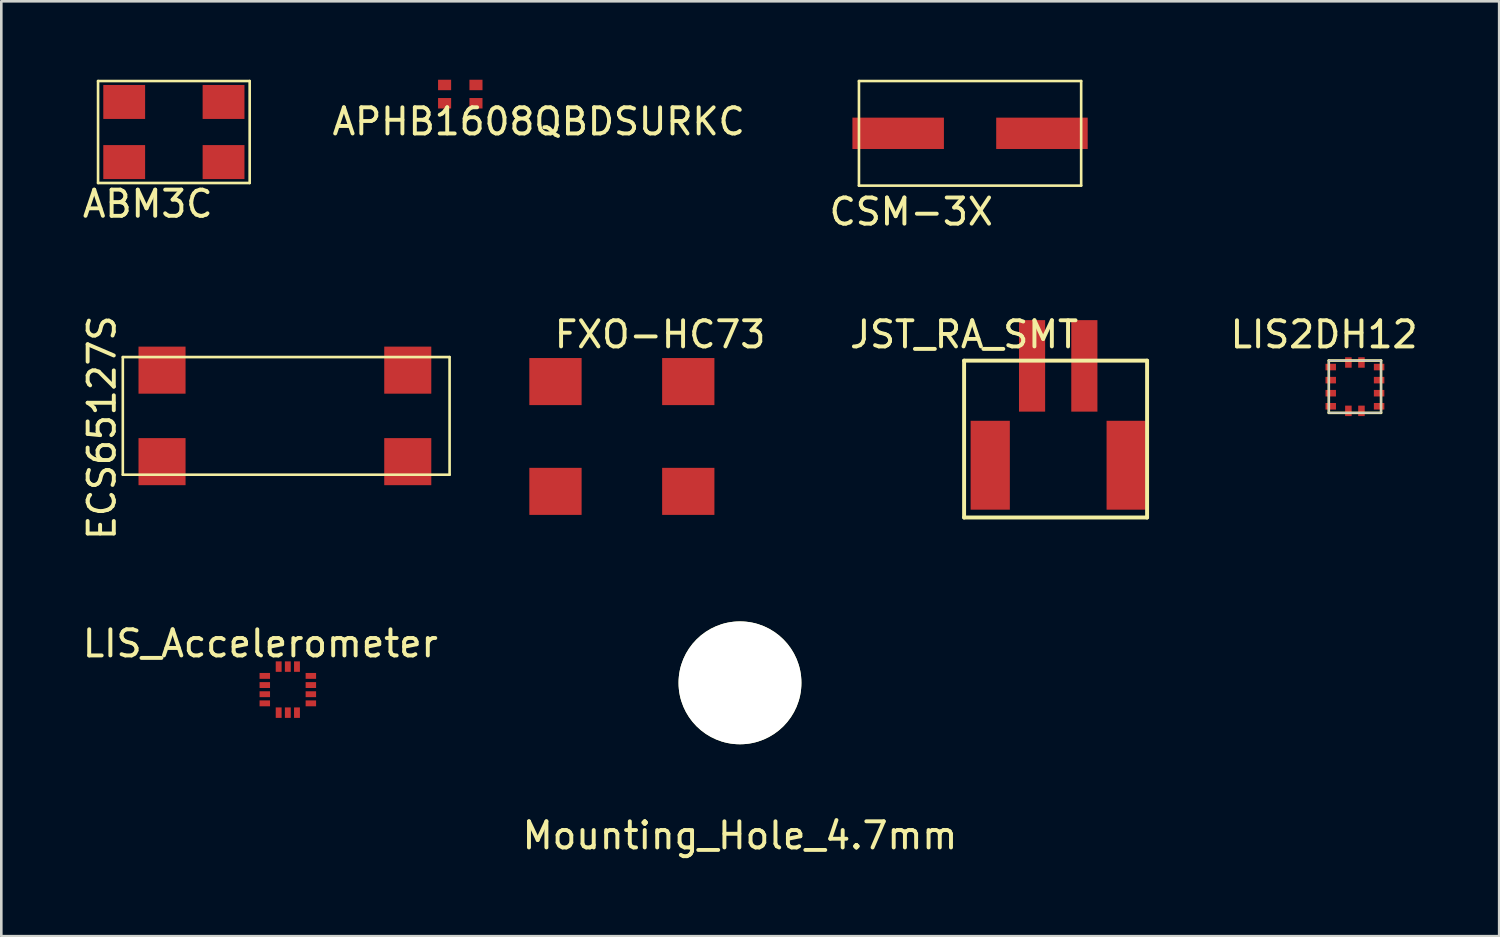
<source format=kicad_pcb>
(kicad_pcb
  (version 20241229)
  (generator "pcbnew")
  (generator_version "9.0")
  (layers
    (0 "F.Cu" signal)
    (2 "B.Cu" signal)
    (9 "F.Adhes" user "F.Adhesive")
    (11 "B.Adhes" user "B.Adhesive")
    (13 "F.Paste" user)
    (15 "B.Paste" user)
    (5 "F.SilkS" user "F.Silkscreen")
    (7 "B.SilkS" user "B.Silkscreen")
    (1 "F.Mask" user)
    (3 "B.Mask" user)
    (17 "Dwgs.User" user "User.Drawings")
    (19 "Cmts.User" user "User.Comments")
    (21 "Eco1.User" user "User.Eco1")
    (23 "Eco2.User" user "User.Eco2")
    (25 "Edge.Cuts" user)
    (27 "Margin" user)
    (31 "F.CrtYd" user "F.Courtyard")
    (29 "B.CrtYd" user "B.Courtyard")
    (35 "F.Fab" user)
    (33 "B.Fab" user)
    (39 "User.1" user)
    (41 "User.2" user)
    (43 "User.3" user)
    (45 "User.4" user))
  (footprint "Mounting_Hole_4.7mm"
    (layer "F.Cu")
    (at 25.256 23.07)
    (property "Reference" "Mounting_Hole_4.7mm" (at 0 5.842 0) (layer "F.SilkS") (effects (font (size 1 1) (thickness 0.15))))
    (attr through_hole)
    (pad "" np_thru_hole circle (at 0 0) (size 4.7 4.7) (drill 4.7) (layers "*.Cu" "*.Mask" "F.SilkS")))
  (footprint "FXO-HC73"
    (layer "F.Cu")
    (at 18.198 15.746)
    (property "Reference" "FXO-HC73" (at 4 -6 0) (layer "F.SilkS") (effects (font (size 1 1) (thickness 0.15))))
    (attr through_hole)
    (pad "1" smd rect (at 0 0) (size 2 1.8) (layers "F.Cu" "F.Mask" "F.Paste"))
    (pad "2" smd rect (at 5.08 0) (size 2 1.8) (layers "F.Cu" "F.Mask" "F.Paste"))
    (pad "3" smd rect (at 5.08 -4.2) (size 2 1.8) (layers "F.Cu" "F.Mask" "F.Paste"))
    (pad "4" smd rect (at 0 -4.2) (size 2 1.8) (layers "F.Cu" "F.Mask" "F.Paste")))
  (footprint "CSM-3X"
    (layer "F.Cu")
    (at 31.307 2.05)
    (property "Reference" "CSM-3X" (at 0.5 3 180) (layer "F.SilkS") (effects (font (size 1 1) (thickness 0.15))))
    (attr through_hole)
    (fp_line (start -1.5 -2) (end 7 -2) (stroke (width 0.1) (type solid)) (layer "F.SilkS"))
    (fp_line (start -1.5 2) (end -1.5 -2) (stroke (width 0.1) (type solid)) (layer "F.SilkS"))
    (fp_line (start 7 -2) (end 7 2) (stroke (width 0.1) (type solid)) (layer "F.SilkS"))
    (fp_line (start 7 2) (end -1.5 2) (stroke (width 0.1) (type solid)) (layer "F.SilkS"))
    (pad "1" smd rect (at 0 0) (size 3.5 1.2) (layers "F.Cu" "F.Mask" "F.Paste"))
    (pad "2" smd rect (at 5.5 0) (size 3.5 1.2) (layers "F.Cu" "F.Mask" "F.Paste")))
  (footprint "ECS65127S"
    (layer "F.Cu")
    (at 1.648 15.109)
    (property "Reference" "ECS65127S" (at -0.8 -1.8 90) (layer "F.SilkS") (effects (font (size 1 1) (thickness 0.15))))
    (attr through_hole)
    (fp_line (start 0 -4.5) (end 12.5 -4.5) (stroke (width 0.1) (type solid)) (layer "F.SilkS"))
    (fp_line (start 0 0) (end 0 -4.5) (stroke (width 0.1) (type solid)) (layer "F.SilkS"))
    (fp_line (start 12.5 -4.5) (end 12.5 0) (stroke (width 0.1) (type solid)) (layer "F.SilkS"))
    (fp_line (start 12.5 0) (end 0 0) (stroke (width 0.1) (type solid)) (layer "F.SilkS"))
    (pad "1" smd rect (at 1.5 -0.5) (size 1.8 1.8) (layers "F.Cu" "F.Mask" "F.Paste"))
    (pad "2" smd rect (at 1.5 -4) (size 1.8 1.8) (layers "F.Cu" "F.Mask" "F.Paste"))
    (pad "3" smd rect (at 10.9 -4) (size 1.8 1.8) (layers "F.Cu" "F.Mask" "F.Paste"))
    (pad "4" smd rect (at 10.9 -0.5) (size 1.8 1.8) (layers "F.Cu" "F.Mask" "F.Paste")))
  (footprint "LIS_Accelerometer"
    (layer "F.Cu")
    (at 7.079 22.805)
    (property "Reference" "LIS_Accelerometer" (at -0.169 -1.238 0) (layer "F.SilkS") (effects (font (size 1 1) (thickness 0.15))))
    (attr through_hole)
    (pad "1" smd rect (at 0 0) (size 0.4 0.225) (layers "F.Cu" "F.Mask" "F.Paste"))
    (pad "2" smd rect (at 0 0.35) (size 0.4 0.225) (layers "F.Cu" "F.Mask" "F.Paste"))
    (pad "3" smd rect (at 0 0.7) (size 0.4 0.225) (layers "F.Cu" "F.Mask" "F.Paste"))
    (pad "4" smd rect (at 0 1.05) (size 0.4 0.225) (layers "F.Cu" "F.Mask" "F.Paste"))
    (pad "5" smd rect (at 0.531 1.406) (size 0.225 0.4) (layers "F.Cu" "F.Mask" "F.Paste"))
    (pad "6" smd rect (at 0.881 1.406) (size 0.225 0.4) (layers "F.Cu" "F.Mask" "F.Paste"))
    (pad "7" smd rect (at 1.231 1.406) (size 0.225 0.4) (layers "F.Cu" "F.Mask" "F.Paste"))
    (pad "8" smd rect (at 1.762 1.05) (size 0.4 0.225) (layers "F.Cu" "F.Mask" "F.Paste"))
    (pad "9" smd rect (at 1.762 0.7) (size 0.4 0.225) (layers "F.Cu" "F.Mask" "F.Paste"))
    (pad "10" smd rect (at 1.762 0.35) (size 0.4 0.225) (layers "F.Cu" "F.Mask" "F.Paste"))
    (pad "11" smd rect (at 1.762 0) (size 0.4 0.225) (layers "F.Cu" "F.Mask" "F.Paste"))
    (pad "12" smd rect (at 1.231 -0.356) (size 0.225 0.4) (layers "F.Cu" "F.Mask" "F.Paste"))
    (pad "13" smd rect (at 0.881 -0.356) (size 0.225 0.4) (layers "F.Cu" "F.Mask" "F.Paste"))
    (pad "14" smd rect (at 0.531 -0.356) (size 0.225 0.4) (layers "F.Cu" "F.Mask" "F.Paste")))
  (footprint "JST_RA_SMT"
    (layer "F.Cu")
    (at 34.829 14.746)
    (property "Reference" "JST_RA_SMT" (at -1 -5 180) (layer "F.SilkS") (effects (font (size 1 1) (thickness 0.15))))
    (attr through_hole)
    (fp_line (start -1 -4) (end 6 -4) (stroke (width 0.15) (type solid)) (layer "F.SilkS"))
    (fp_line (start -1 2) (end -1 -4) (stroke (width 0.15) (type solid)) (layer "F.SilkS"))
    (fp_line (start 6 -4) (end 6 2) (stroke (width 0.15) (type solid)) (layer "F.SilkS"))
    (fp_line (start 6 2) (end -1 2) (stroke (width 0.15) (type solid)) (layer "F.SilkS"))
    (pad "1" smd rect (at 1.6 -3.8) (size 1 3.5) (layers "F.Cu" "F.Mask" "F.Paste"))
    (pad "2" smd rect (at 3.6 -3.8) (size 1 3.5) (layers "F.Cu" "F.Mask" "F.Paste"))
    (pad "3" smd rect (at 0 0) (size 1.5 3.4) (layers "F.Cu" "F.Mask" "F.Paste"))
    (pad "4" smd rect (at 5.2 0) (size 1.5 3.4) (layers "F.Cu" "F.Mask" "F.Paste")))
  (footprint "APHB1608QBDSURKC"
    (layer "F.Cu")
    (at 15.157 0.9)
    (property "Reference" "APHB1608QBDSURKC" (at 2.4 0.7 0) (layer "F.SilkS") (effects (font (size 1 1) (thickness 0.15))))
    (attr through_hole)
    (pad "1" smd rect (at 0 0) (size 0.5 0.4) (layers "F.Cu" "F.Mask" "F.Paste"))
    (pad "2" smd rect (at -1.2 0) (size 0.5 0.4) (layers "F.Cu" "F.Mask" "F.Paste"))
    (pad "3" smd rect (at 0 -0.7) (size 0.5 0.4) (layers "F.Cu" "F.Mask" "F.Paste"))
    (pad "4" smd rect (at -1.2 -0.7) (size 0.5 0.4) (layers "F.Cu" "F.Mask" "F.Paste")))
  (footprint "LIS2DH12"
    (layer "F.Cu")
    (at 47.829 10.991)
    (property "Reference" "LIS2DH12" (at -0.229 -1.245 0) (layer "F.SilkS") (effects (font (size 1 1) (thickness 0.15))))
    (attr through_hole)
    (fp_line (start -0.05 -0.25) (end 1.95 -0.25) (stroke (width 0.1) (type solid)) (layer "F.SilkS"))
    (fp_line (start -0.05 1.75) (end -0.05 -0.25) (stroke (width 0.1) (type solid)) (layer "F.SilkS"))
    (fp_line (start 1.95 -0.25) (end 1.95 1.75) (stroke (width 0.1) (type solid)) (layer "F.SilkS"))
    (fp_line (start 1.95 1.75) (end -0.05 1.75) (stroke (width 0.1) (type solid)) (layer "F.SilkS"))
    (fp_line (start -0.05 -0.25) (end 1.95 -0.25) (stroke (width 0.05) (type solid)) (layer "Dwgs.User"))
    (fp_line (start -0.05 1.7) (end -0.05 -0.2) (stroke (width 0.05) (type solid)) (layer "Dwgs.User"))
    (fp_line (start 1.95 -0.2) (end 1.95 1.7) (stroke (width 0.05) (type solid)) (layer "Dwgs.User"))
    (fp_line (start 1.95 1.75) (end -0.05 1.75) (stroke (width 0.05) (type solid)) (layer "Dwgs.User"))
    (pad "1" smd rect (at 0.15 0) (size 0.4 0.25) (drill (offset -0.125 0)) (layers "F.Cu" "F.Mask" "F.Paste"))
    (pad "2" smd rect (at 0.15 0.5) (size 0.4 0.25) (drill (offset -0.125 0)) (layers "F.Cu" "F.Mask" "F.Paste"))
    (pad "3" smd rect (at 0.15 1) (size 0.4 0.25) (drill (offset -0.125 0)) (layers "F.Cu" "F.Mask" "F.Paste"))
    (pad "4" smd rect (at 0.15 1.5) (size 0.4 0.25) (drill (offset -0.125 0)) (layers "F.Cu" "F.Mask" "F.Paste"))
    (pad "5" smd rect (at 0.7 1.55) (size 0.25 0.4) (drill (offset 0 0.125)) (layers "F.Cu" "F.Mask" "F.Paste"))
    (pad "6" smd rect (at 1.2 1.55) (size 0.25 0.4) (drill (offset 0 0.125)) (layers "F.Cu" "F.Mask" "F.Paste"))
    (pad "7" smd rect (at 1.75 1.5) (size 0.4 0.25) (drill (offset 0.125 0)) (layers "F.Cu" "F.Mask" "F.Paste"))
    (pad "8" smd rect (at 1.75 1) (size 0.4 0.25) (drill (offset 0.125 0)) (layers "F.Cu" "F.Mask" "F.Paste"))
    (pad "9" smd rect (at 1.75 0.5) (size 0.4 0.25) (drill (offset 0.125 0)) (layers "F.Cu" "F.Mask" "F.Paste"))
    (pad "10" smd rect (at 1.75 0) (size 0.4 0.25) (drill (offset 0.125 0)) (layers "F.Cu" "F.Mask" "F.Paste"))
    (pad "11" smd rect (at 1.2 -0.05) (size 0.25 0.4) (drill (offset 0 -0.125)) (layers "F.Cu" "F.Mask" "F.Paste"))
    (pad "12" smd rect (at 0.7 -0.05) (size 0.25 0.4) (drill (offset 0 -0.125)) (layers "F.Cu" "F.Mask" "F.Paste")))
  (footprint "ABM3C"
    (layer "F.Cu")
    (at 1.701 3.15)
    (property "Reference" "ABM3C" (at 0.9 1.6 0) (layer "F.SilkS") (effects (font (size 1 1) (thickness 0.15))))
    (attr through_hole)
    (fp_line (start -1 -3.1) (end 4.8 -3.1) (stroke (width 0.1) (type solid)) (layer "F.SilkS"))
    (fp_line (start -1 0.8) (end -1 -3.1) (stroke (width 0.1) (type solid)) (layer "F.SilkS"))
    (fp_line (start -1 0.8) (end 4.8 0.8) (stroke (width 0.1) (type solid)) (layer "F.SilkS"))
    (fp_line (start 4.8 -3.1) (end 4.8 0.8) (stroke (width 0.1) (type solid)) (layer "F.SilkS"))
    (pad "1" smd rect (at 0 0) (size 1.6 1.3) (layers "F.Cu" "F.Mask" "F.Paste"))
    (pad "2" smd rect (at 3.8 0) (size 1.6 1.3) (layers "F.Cu" "F.Mask" "F.Paste"))
    (pad "3" smd rect (at 3.8 -2.3) (size 1.6 1.3) (layers "F.Cu" "F.Mask" "F.Paste"))
    (pad "4" smd rect (at 0 -2.3) (size 1.6 1.3) (layers "F.Cu" "F.Mask" "F.Paste")))
  (gr_rect
    (start -3 -3)
    (end 54.297 32.76)
    (stroke (width 0.1) (type default))
    (fill no)
    (layer "Edge.Cuts")))
</source>
